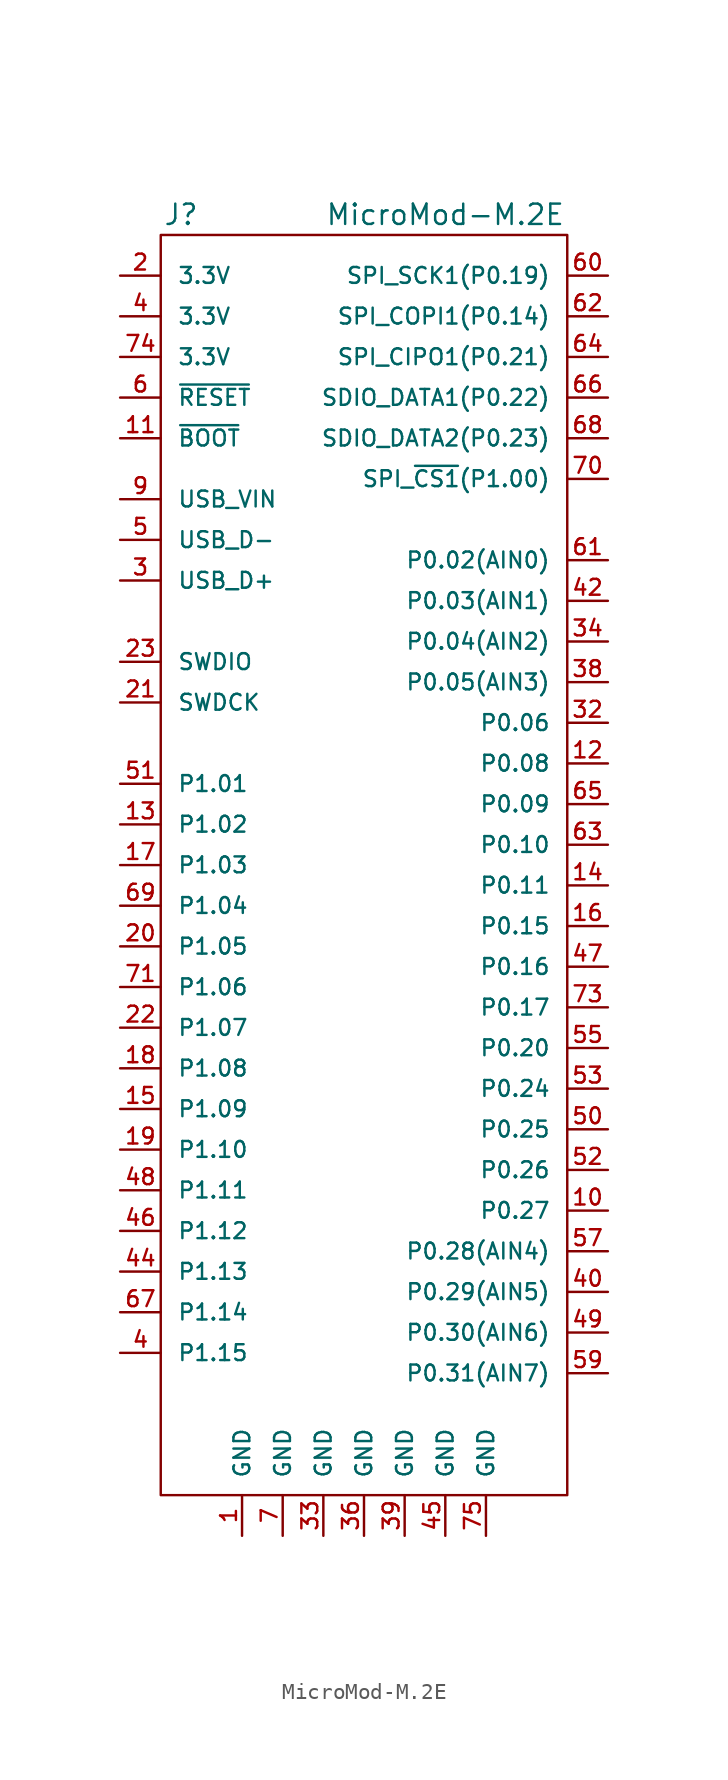
<source format=kicad_sym>
(kicad_symbol_lib
  (version 20211014)
  (generator kicad_symbol_editor)
  (symbol "MicroMod-M.2E"
    (pin_names
      (offset 1.016))
    (property "Reference" "J"
      (at -12.7 3.81 0)
      (effects (font (size 1.27 1.27))))
    (property "Value" "MicroMod-M.2E"
      (at 3.81 3.81 0)
      (effects (font (size 1.27 1.27))))
    (symbol "MicroMod-M.2E_0_1"
      (rectangle (start -13.97 2.54) (end 11.43 -76.2) (stroke (width 0) (type default) (color 0 0 0 0)) (fill (type none))))
    (symbol "MicroMod-M.2E_1_1"
      (pin power_out line (at -8.89 -78.74 90) (length 2.54) (name "GND" (effects (font (size 0.991 0.991)))) (number "1" (effects (font (size 0.991 0.991)))))
      (pin unspecified line (at 13.97 -58.42 180) (length 2.54) (name "P0.27" (effects (font (size 0.991 0.991)))) (number "10" (effects (font (size 0.991 0.991)))))
      (pin input line (at -16.51 -10.16 0) (length 2.54) (name "~{BOOT}" (effects (font (size 0.991 0.991)))) (number "11" (effects (font (size 0.991 0.991)))))
      (pin unspecified line (at 13.97 -30.48 180) (length 2.54) (name "P0.08" (effects (font (size 0.991 0.991)))) (number "12" (effects (font (size 0.991 0.991)))))
      (pin unspecified line (at -16.51 -34.29 0) (length 2.54) (name "P1.02" (effects (font (size 0.991 0.991)))) (number "13" (effects (font (size 0.991 0.991)))))
      (pin unspecified line (at 13.97 -38.1 180) (length 2.54) (name "P0.11" (effects (font (size 0.991 0.991)))) (number "14" (effects (font (size 0.991 0.991)))))
      (pin unspecified line (at -16.51 -52.07 0) (length 2.54) (name "P1.09" (effects (font (size 0.991 0.991)))) (number "15" (effects (font (size 0.991 0.991)))))
      (pin unspecified line (at 13.97 -40.64 180) (length 2.54) (name "P0.15" (effects (font (size 0.991 0.991)))) (number "16" (effects (font (size 0.991 0.991)))))
      (pin unspecified line (at -16.51 -36.83 0) (length 2.54) (name "P1.03" (effects (font (size 0.991 0.991)))) (number "17" (effects (font (size 0.991 0.991)))))
      (pin unspecified line (at -16.51 -49.53 0) (length 2.54) (name "P1.08" (effects (font (size 0.991 0.991)))) (number "18" (effects (font (size 0.991 0.991)))))
      (pin unspecified line (at -16.51 -54.61 0) (length 2.54) (name "P1.10" (effects (font (size 0.991 0.991)))) (number "19" (effects (font (size 0.991 0.991)))))
      (pin power_in line (at -16.51 0 0) (length 2.54) (name "3.3V" (effects (font (size 0.991 0.991)))) (number "2" (effects (font (size 0.991 0.991)))))
      (pin unspecified line (at -16.51 -41.91 0) (length 2.54) (name "P1.05" (effects (font (size 0.991 0.991)))) (number "20" (effects (font (size 0.991 0.991)))))
      (pin input line (at -16.51 -26.67 0) (length 2.54) (name "SWDCK" (effects (font (size 0.991 0.991)))) (number "21" (effects (font (size 0.991 0.991)))))
      (pin unspecified line (at -16.51 -46.99 0) (length 2.54) (name "P1.07" (effects (font (size 0.991 0.991)))) (number "22" (effects (font (size 0.991 0.991)))))
      (pin bidirectional line (at -16.51 -24.13 0) (length 2.54) (name "SWDIO" (effects (font (size 0.991 0.991)))) (number "23" (effects (font (size 0.991 0.991)))))
      (pin bidirectional line (at -16.51 -19.05 0) (length 2.54) (name "USB_D+" (effects (font (size 0.991 0.991)))) (number "3" (effects (font (size 0.991 0.991)))))
      (pin unspecified line (at 13.97 -27.94 180) (length 2.54) (name "P0.06" (effects (font (size 0.991 0.991)))) (number "32" (effects (font (size 0.991 0.991)))))
      (pin power_out line (at -3.81 -78.74 90) (length 2.54) (name "GND" (effects (font (size 0.991 0.991)))) (number "33" (effects (font (size 0.991 0.991)))))
      (pin unspecified line (at 13.97 -22.86 180) (length 2.54) (name "P0.04(AIN2)" (effects (font (size 0.991 0.991)))) (number "34" (effects (font (size 0.991 0.991)))))
      (pin power_out line (at -1.27 -78.74 90) (length 2.54) (name "GND" (effects (font (size 0.991 0.991)))) (number "36" (effects (font (size 0.991 0.991)))))
      (pin unspecified line (at 13.97 -25.4 180) (length 2.54) (name "P0.05(AIN3)" (effects (font (size 0.991 0.991)))) (number "38" (effects (font (size 0.991 0.991)))))
      (pin power_out line (at 1.27 -78.74 90) (length 2.54) (name "GND" (effects (font (size 0.991 0.991)))) (number "39" (effects (font (size 0.991 0.991)))))
      (pin power_in line (at -16.51 -2.54 0) (length 2.54) (name "3.3V" (effects (font (size 0.991 0.991)))) (number "4" (effects (font (size 0.991 0.991)))))
      (pin unspecified line (at -16.51 -67.31 0) (length 2.54) (name "P1.15" (effects (font (size 0.991 0.991)))) (number "4" (effects (font (size 0.991 0.991)))))
      (pin unspecified line (at 13.97 -63.5 180) (length 2.54) (name "P0.29(AIN5)" (effects (font (size 0.991 0.991)))) (number "40" (effects (font (size 0.991 0.991)))))
      (pin unspecified line (at 13.97 -20.32 180) (length 2.54) (name "P0.03(AIN1)" (effects (font (size 0.991 0.991)))) (number "42" (effects (font (size 0.991 0.991)))))
      (pin unspecified line (at -16.51 -62.23 0) (length 2.54) (name "P1.13" (effects (font (size 0.991 0.991)))) (number "44" (effects (font (size 0.991 0.991)))))
      (pin power_out line (at 3.81 -78.74 90) (length 2.54) (name "GND" (effects (font (size 0.991 0.991)))) (number "45" (effects (font (size 0.991 0.991)))))
      (pin unspecified line (at -16.51 -59.69 0) (length 2.54) (name "P1.12" (effects (font (size 0.991 0.991)))) (number "46" (effects (font (size 0.991 0.991)))))
      (pin unspecified line (at 13.97 -43.18 180) (length 2.54) (name "P0.16" (effects (font (size 0.991 0.991)))) (number "47" (effects (font (size 0.991 0.991)))))
      (pin unspecified line (at -16.51 -57.15 0) (length 2.54) (name "P1.11" (effects (font (size 0.991 0.991)))) (number "48" (effects (font (size 0.991 0.991)))))
      (pin unspecified line (at 13.97 -66.04 180) (length 2.54) (name "P0.30(AIN6)" (effects (font (size 0.991 0.991)))) (number "49" (effects (font (size 0.991 0.991)))))
      (pin bidirectional line (at -16.51 -16.51 0) (length 2.54) (name "USB_D-" (effects (font (size 0.991 0.991)))) (number "5" (effects (font (size 0.991 0.991)))))
      (pin unspecified line (at 13.97 -53.34 180) (length 2.54) (name "P0.25" (effects (font (size 0.991 0.991)))) (number "50" (effects (font (size 0.991 0.991)))))
      (pin unspecified line (at -16.51 -31.75 0) (length 2.54) (name "P1.01" (effects (font (size 0.991 0.991)))) (number "51" (effects (font (size 0.991 0.991)))))
      (pin unspecified line (at 13.97 -55.88 180) (length 2.54) (name "P0.26" (effects (font (size 0.991 0.991)))) (number "52" (effects (font (size 0.991 0.991)))))
      (pin unspecified line (at 13.97 -50.8 180) (length 2.54) (name "P0.24" (effects (font (size 0.991 0.991)))) (number "53" (effects (font (size 0.991 0.991)))))
      (pin unspecified line (at 13.97 -48.26 180) (length 2.54) (name "P0.20" (effects (font (size 0.991 0.991)))) (number "55" (effects (font (size 0.991 0.991)))))
      (pin unspecified line (at 13.97 -60.96 180) (length 2.54) (name "P0.28(AIN4)" (effects (font (size 0.991 0.991)))) (number "57" (effects (font (size 0.991 0.991)))))
      (pin unspecified line (at 13.97 -68.58 180) (length 2.54) (name "P0.31(AIN7)" (effects (font (size 0.991 0.991)))) (number "59" (effects (font (size 0.991 0.991)))))
      (pin input line (at -16.51 -7.62 0) (length 2.54) (name "~{RESET}" (effects (font (size 0.991 0.991)))) (number "6" (effects (font (size 0.991 0.991)))))
      (pin unspecified line (at 13.97 0 180) (length 2.54) (name "SPI_SCK1(P0.19)" (effects (font (size 0.991 0.991)))) (number "60" (effects (font (size 0.991 0.991)))))
      (pin unspecified line (at 13.97 -17.78 180) (length 2.54) (name "P0.02(AIN0)" (effects (font (size 0.991 0.991)))) (number "61" (effects (font (size 0.991 0.991)))))
      (pin unspecified line (at 13.97 -2.54 180) (length 2.54) (name "SPI_COPI1(P0.14)" (effects (font (size 0.991 0.991)))) (number "62" (effects (font (size 0.991 0.991)))))
      (pin unspecified line (at 13.97 -35.56 180) (length 2.54) (name "P0.10" (effects (font (size 0.991 0.991)))) (number "63" (effects (font (size 0.991 0.991)))))
      (pin unspecified line (at 13.97 -5.08 180) (length 2.54) (name "SPI_CIPO1(P0.21)" (effects (font (size 0.991 0.991)))) (number "64" (effects (font (size 0.991 0.991)))))
      (pin unspecified line (at 13.97 -33.02 180) (length 2.54) (name "P0.09" (effects (font (size 0.991 0.991)))) (number "65" (effects (font (size 0.991 0.991)))))
      (pin unspecified line (at 13.97 -7.62 180) (length 2.54) (name "SDIO_DATA1(P0.22)" (effects (font (size 0.991 0.991)))) (number "66" (effects (font (size 0.991 0.991)))))
      (pin unspecified line (at -16.51 -64.77 0) (length 2.54) (name "P1.14" (effects (font (size 0.991 0.991)))) (number "67" (effects (font (size 0.991 0.991)))))
      (pin unspecified line (at 13.97 -10.16 180) (length 2.54) (name "SDIO_DATA2(P0.23)" (effects (font (size 0.991 0.991)))) (number "68" (effects (font (size 0.991 0.991)))))
      (pin unspecified line (at -16.51 -39.37 0) (length 2.54) (name "P1.04" (effects (font (size 0.991 0.991)))) (number "69" (effects (font (size 0.991 0.991)))))
      (pin power_out line (at -6.35 -78.74 90) (length 2.54) (name "GND" (effects (font (size 0.991 0.991)))) (number "7" (effects (font (size 0.991 0.991)))))
      (pin unspecified line (at 13.97 -12.7 180) (length 2.54) (name "SPI_~{CS1}(P1.00)" (effects (font (size 0.991 0.991)))) (number "70" (effects (font (size 0.991 0.991)))))
      (pin unspecified line (at -16.51 -44.45 0) (length 2.54) (name "P1.06" (effects (font (size 0.991 0.991)))) (number "71" (effects (font (size 0.991 0.991)))))
      (pin unspecified line (at 13.97 -45.72 180) (length 2.54) (name "P0.17" (effects (font (size 0.991 0.991)))) (number "73" (effects (font (size 0.991 0.991)))))
      (pin power_in line (at -16.51 -5.08 0) (length 2.54) (name "3.3V" (effects (font (size 0.991 0.991)))) (number "74" (effects (font (size 0.991 0.991)))))
      (pin power_out line (at 6.35 -78.74 90) (length 2.54) (name "GND" (effects (font (size 0.991 0.991)))) (number "75" (effects (font (size 0.991 0.991)))))
      (pin power_in line (at -16.51 -13.97 0) (length 2.54) (name "USB_VIN" (effects (font (size 0.991 0.991)))) (number "9" (effects (font (size 0.991 0.991))))))))
</source>
